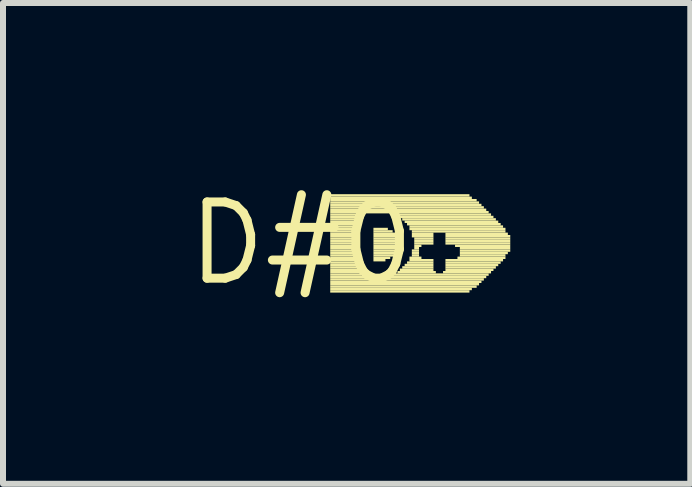
<source format=kicad_pcb>
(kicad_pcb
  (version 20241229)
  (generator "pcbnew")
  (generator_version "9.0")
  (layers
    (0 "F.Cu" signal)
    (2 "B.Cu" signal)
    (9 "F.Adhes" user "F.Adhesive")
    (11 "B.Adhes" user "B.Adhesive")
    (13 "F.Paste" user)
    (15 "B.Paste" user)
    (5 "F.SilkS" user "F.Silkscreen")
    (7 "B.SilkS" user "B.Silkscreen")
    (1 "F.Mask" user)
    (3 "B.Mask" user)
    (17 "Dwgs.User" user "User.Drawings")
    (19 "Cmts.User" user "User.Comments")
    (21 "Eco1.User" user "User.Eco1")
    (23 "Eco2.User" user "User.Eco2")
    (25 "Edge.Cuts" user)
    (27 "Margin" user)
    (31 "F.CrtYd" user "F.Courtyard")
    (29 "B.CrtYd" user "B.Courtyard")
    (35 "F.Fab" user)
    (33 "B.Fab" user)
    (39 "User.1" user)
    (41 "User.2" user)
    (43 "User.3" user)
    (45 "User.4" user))
  (footprint "D#0"
    (layer "F.Cu")
    (at 1.973 1.006)
    (property "Reference" "D#0" (at 0 0 0) (layer "F.SilkS") (effects (font (size 1.27 1.27) (thickness 0.15))))
    (fp_poly (pts (xy 0.48 -0.78) (xy 2.8 -0.78) (xy 2.8 -0.82) (xy 0.48 -0.82)) (stroke (width 0) (type solid)) (fill yes) (layer "F.SilkS"))
    (fp_poly (pts (xy 0.48 -0.74) (xy 2.84 -0.74) (xy 2.84 -0.78) (xy 0.48 -0.78)) (stroke (width 0) (type solid)) (fill yes) (layer "F.SilkS"))
    (fp_poly (pts (xy 0.48 -0.7) (xy 2.92 -0.7) (xy 2.92 -0.74) (xy 0.48 -0.74)) (stroke (width 0) (type solid)) (fill yes) (layer "F.SilkS"))
    (fp_poly (pts (xy 0.48 -0.66) (xy 2.96 -0.66) (xy 2.96 -0.7) (xy 0.48 -0.7)) (stroke (width 0) (type solid)) (fill yes) (layer "F.SilkS"))
    (fp_poly (pts (xy 0.48 -0.62) (xy 3 -0.62) (xy 3 -0.66) (xy 0.48 -0.66)) (stroke (width 0) (type solid)) (fill yes) (layer "F.SilkS"))
    (fp_poly (pts (xy 0.48 -0.58) (xy 3.04 -0.58) (xy 3.04 -0.62) (xy 0.48 -0.62)) (stroke (width 0) (type solid)) (fill yes) (layer "F.SilkS"))
    (fp_poly (pts (xy 0.48 -0.54) (xy 3.08 -0.54) (xy 3.08 -0.58) (xy 0.48 -0.58)) (stroke (width 0) (type solid)) (fill yes) (layer "F.SilkS"))
    (fp_poly (pts (xy 0.48 -0.5) (xy 3.12 -0.5) (xy 3.12 -0.54) (xy 0.48 -0.54)) (stroke (width 0) (type solid)) (fill yes) (layer "F.SilkS"))
    (fp_poly (pts (xy 0.48 -0.46) (xy 0.96 -0.46) (xy 0.96 -0.5) (xy 0.48 -0.5)) (stroke (width 0) (type solid)) (fill yes) (layer "F.SilkS"))
    (fp_poly (pts (xy 0.48 -0.42) (xy 0.96 -0.42) (xy 0.96 -0.46) (xy 0.48 -0.46)) (stroke (width 0) (type solid)) (fill yes) (layer "F.SilkS"))
    (fp_poly (pts (xy 0.48 -0.38) (xy 0.96 -0.38) (xy 0.96 -0.42) (xy 0.48 -0.42)) (stroke (width 0) (type solid)) (fill yes) (layer "F.SilkS"))
    (fp_poly (pts (xy 0.48 -0.34) (xy 0.96 -0.34) (xy 0.96 -0.38) (xy 0.48 -0.38)) (stroke (width 0) (type solid)) (fill yes) (layer "F.SilkS"))
    (fp_poly (pts (xy 0.48 -0.3) (xy 0.96 -0.3) (xy 0.96 -0.34) (xy 0.48 -0.34)) (stroke (width 0) (type solid)) (fill yes) (layer "F.SilkS"))
    (fp_poly (pts (xy 0.48 -0.26) (xy 0.96 -0.26) (xy 0.96 -0.3) (xy 0.48 -0.3)) (stroke (width 0) (type solid)) (fill yes) (layer "F.SilkS"))
    (fp_poly (pts (xy 0.48 -0.22) (xy 0.96 -0.22) (xy 0.96 -0.26) (xy 0.48 -0.26)) (stroke (width 0) (type solid)) (fill yes) (layer "F.SilkS"))
    (fp_poly (pts (xy 0.48 -0.18) (xy 0.96 -0.18) (xy 0.96 -0.22) (xy 0.48 -0.22)) (stroke (width 0) (type solid)) (fill yes) (layer "F.SilkS"))
    (fp_poly (pts (xy 0.48 -0.14) (xy 0.96 -0.14) (xy 0.96 -0.18) (xy 0.48 -0.18)) (stroke (width 0) (type solid)) (fill yes) (layer "F.SilkS"))
    (fp_poly (pts (xy 0.48 -0.1) (xy 0.96 -0.1) (xy 0.96 -0.14) (xy 0.48 -0.14)) (stroke (width 0) (type solid)) (fill yes) (layer "F.SilkS"))
    (fp_poly (pts (xy 0.48 -0.06) (xy 0.96 -0.06) (xy 0.96 -0.1) (xy 0.48 -0.1)) (stroke (width 0) (type solid)) (fill yes) (layer "F.SilkS"))
    (fp_poly (pts (xy 0.48 -0.02) (xy 0.96 -0.02) (xy 0.96 -0.06) (xy 0.48 -0.06)) (stroke (width 0) (type solid)) (fill yes) (layer "F.SilkS"))
    (fp_poly (pts (xy 0.48 0.02) (xy 0.96 0.02) (xy 0.96 -0.02) (xy 0.48 -0.02)) (stroke (width 0) (type solid)) (fill yes) (layer "F.SilkS"))
    (fp_poly (pts (xy 0.48 0.06) (xy 0.96 0.06) (xy 0.96 0.02) (xy 0.48 0.02)) (stroke (width 0) (type solid)) (fill yes) (layer "F.SilkS"))
    (fp_poly (pts (xy 0.48 0.1) (xy 0.96 0.1) (xy 0.96 0.06) (xy 0.48 0.06)) (stroke (width 0) (type solid)) (fill yes) (layer "F.SilkS"))
    (fp_poly (pts (xy 0.48 0.14) (xy 0.96 0.14) (xy 0.96 0.1) (xy 0.48 0.1)) (stroke (width 0) (type solid)) (fill yes) (layer "F.SilkS"))
    (fp_poly (pts (xy 0.48 0.18) (xy 0.96 0.18) (xy 0.96 0.14) (xy 0.48 0.14)) (stroke (width 0) (type solid)) (fill yes) (layer "F.SilkS"))
    (fp_poly (pts (xy 0.48 0.22) (xy 0.96 0.22) (xy 0.96 0.18) (xy 0.48 0.18)) (stroke (width 0) (type solid)) (fill yes) (layer "F.SilkS"))
    (fp_poly (pts (xy 0.48 0.26) (xy 0.96 0.26) (xy 0.96 0.22) (xy 0.48 0.22)) (stroke (width 0) (type solid)) (fill yes) (layer "F.SilkS"))
    (fp_poly (pts (xy 0.48 0.3) (xy 0.96 0.3) (xy 0.96 0.26) (xy 0.48 0.26)) (stroke (width 0) (type solid)) (fill yes) (layer "F.SilkS"))
    (fp_poly (pts (xy 0.48 0.34) (xy 0.96 0.34) (xy 0.96 0.3) (xy 0.48 0.3)) (stroke (width 0) (type solid)) (fill yes) (layer "F.SilkS"))
    (fp_poly (pts (xy 0.48 0.38) (xy 0.96 0.38) (xy 0.96 0.34) (xy 0.48 0.34)) (stroke (width 0) (type solid)) (fill yes) (layer "F.SilkS"))
    (fp_poly (pts (xy 0.48 0.42) (xy 0.96 0.42) (xy 0.96 0.38) (xy 0.48 0.38)) (stroke (width 0) (type solid)) (fill yes) (layer "F.SilkS"))
    (fp_poly (pts (xy 0.48 0.46) (xy 0.96 0.46) (xy 0.96 0.42) (xy 0.48 0.42)) (stroke (width 0) (type solid)) (fill yes) (layer "F.SilkS"))
    (fp_poly (pts (xy 0.48 0.5) (xy 0.96 0.5) (xy 0.96 0.46) (xy 0.48 0.46)) (stroke (width 0) (type solid)) (fill yes) (layer "F.SilkS"))
    (fp_poly (pts (xy 0.48 0.54) (xy 1 0.54) (xy 1 0.5) (xy 0.48 0.5)) (stroke (width 0) (type solid)) (fill yes) (layer "F.SilkS"))
    (fp_poly (pts (xy 0.48 0.58) (xy 3.08 0.58) (xy 3.08 0.54) (xy 0.48 0.54)) (stroke (width 0) (type solid)) (fill yes) (layer "F.SilkS"))
    (fp_poly (pts (xy 0.48 0.62) (xy 3.04 0.62) (xy 3.04 0.58) (xy 0.48 0.58)) (stroke (width 0) (type solid)) (fill yes) (layer "F.SilkS"))
    (fp_poly (pts (xy 0.48 0.66) (xy 3 0.66) (xy 3 0.62) (xy 0.48 0.62)) (stroke (width 0) (type solid)) (fill yes) (layer "F.SilkS"))
    (fp_poly (pts (xy 0.48 0.7) (xy 2.96 0.7) (xy 2.96 0.66) (xy 0.48 0.66)) (stroke (width 0) (type solid)) (fill yes) (layer "F.SilkS"))
    (fp_poly (pts (xy 0.48 0.74) (xy 2.92 0.74) (xy 2.92 0.7) (xy 0.48 0.7)) (stroke (width 0) (type solid)) (fill yes) (layer "F.SilkS"))
    (fp_poly (pts (xy 0.48 0.78) (xy 2.84 0.78) (xy 2.84 0.74) (xy 0.48 0.74)) (stroke (width 0) (type solid)) (fill yes) (layer "F.SilkS"))
    (fp_poly (pts (xy 0.48 0.82) (xy 2.8 0.82) (xy 2.8 0.78) (xy 0.48 0.78)) (stroke (width 0) (type solid)) (fill yes) (layer "F.SilkS"))
    (fp_poly (pts (xy 1.2 -0.22) (xy 1.44 -0.22) (xy 1.44 -0.26) (xy 1.2 -0.26)) (stroke (width 0) (type solid)) (fill yes) (layer "F.SilkS"))
    (fp_poly (pts (xy 1.2 -0.18) (xy 1.52 -0.18) (xy 1.52 -0.22) (xy 1.2 -0.22)) (stroke (width 0) (type solid)) (fill yes) (layer "F.SilkS"))
    (fp_poly (pts (xy 1.2 -0.14) (xy 1.56 -0.14) (xy 1.56 -0.18) (xy 1.2 -0.18)) (stroke (width 0) (type solid)) (fill yes) (layer "F.SilkS"))
    (fp_poly (pts (xy 1.2 -0.1) (xy 1.6 -0.1) (xy 1.6 -0.14) (xy 1.2 -0.14)) (stroke (width 0) (type solid)) (fill yes) (layer "F.SilkS"))
    (fp_poly (pts (xy 1.2 -0.06) (xy 1.6 -0.06) (xy 1.6 -0.1) (xy 1.2 -0.1)) (stroke (width 0) (type solid)) (fill yes) (layer "F.SilkS"))
    (fp_poly (pts (xy 1.2 -0.02) (xy 1.6 -0.02) (xy 1.6 -0.06) (xy 1.2 -0.06)) (stroke (width 0) (type solid)) (fill yes) (layer "F.SilkS"))
    (fp_poly (pts (xy 1.2 0.02) (xy 1.6 0.02) (xy 1.6 -0.02) (xy 1.2 -0.02)) (stroke (width 0) (type solid)) (fill yes) (layer "F.SilkS"))
    (fp_poly (pts (xy 1.2 0.06) (xy 1.6 0.06) (xy 1.6 0.02) (xy 1.2 0.02)) (stroke (width 0) (type solid)) (fill yes) (layer "F.SilkS"))
    (fp_poly (pts (xy 1.2 0.1) (xy 1.6 0.1) (xy 1.6 0.06) (xy 1.2 0.06)) (stroke (width 0) (type solid)) (fill yes) (layer "F.SilkS"))
    (fp_poly (pts (xy 1.2 0.14) (xy 1.6 0.14) (xy 1.6 0.1) (xy 1.2 0.1)) (stroke (width 0) (type solid)) (fill yes) (layer "F.SilkS"))
    (fp_poly (pts (xy 1.2 0.18) (xy 1.56 0.18) (xy 1.56 0.14) (xy 1.2 0.14)) (stroke (width 0) (type solid)) (fill yes) (layer "F.SilkS"))
    (fp_poly (pts (xy 1.2 0.22) (xy 1.56 0.22) (xy 1.56 0.18) (xy 1.2 0.18)) (stroke (width 0) (type solid)) (fill yes) (layer "F.SilkS"))
    (fp_poly (pts (xy 1.2 0.26) (xy 1.48 0.26) (xy 1.48 0.22) (xy 1.2 0.22)) (stroke (width 0) (type solid)) (fill yes) (layer "F.SilkS"))
    (fp_poly (pts (xy 1.2 0.3) (xy 1.4 0.3) (xy 1.4 0.26) (xy 1.2 0.26)) (stroke (width 0) (type solid)) (fill yes) (layer "F.SilkS"))
    (fp_poly (pts (xy 1.48 0.54) (xy 3.12 0.54) (xy 3.12 0.5) (xy 1.48 0.5)) (stroke (width 0) (type solid)) (fill yes) (layer "F.SilkS"))
    (fp_poly (pts (xy 1.52 -0.46) (xy 3.16 -0.46) (xy 3.16 -0.5) (xy 1.52 -0.5)) (stroke (width 0) (type solid)) (fill yes) (layer "F.SilkS"))
    (fp_poly (pts (xy 1.6 -0.42) (xy 3.2 -0.42) (xy 3.2 -0.46) (xy 1.6 -0.46)) (stroke (width 0) (type solid)) (fill yes) (layer "F.SilkS"))
    (fp_poly (pts (xy 1.6 0.5) (xy 2.24 0.5) (xy 2.24 0.46) (xy 1.6 0.46)) (stroke (width 0) (type solid)) (fill yes) (layer "F.SilkS"))
    (fp_poly (pts (xy 1.64 0.46) (xy 2.2 0.46) (xy 2.2 0.42) (xy 1.64 0.42)) (stroke (width 0) (type solid)) (fill yes) (layer "F.SilkS"))
    (fp_poly (pts (xy 1.68 -0.38) (xy 3.24 -0.38) (xy 3.24 -0.42) (xy 1.68 -0.42)) (stroke (width 0) (type solid)) (fill yes) (layer "F.SilkS"))
    (fp_poly (pts (xy 1.68 0.42) (xy 2.2 0.42) (xy 2.2 0.38) (xy 1.68 0.38)) (stroke (width 0) (type solid)) (fill yes) (layer "F.SilkS"))
    (fp_poly (pts (xy 1.72 -0.34) (xy 3.28 -0.34) (xy 3.28 -0.38) (xy 1.72 -0.38)) (stroke (width 0) (type solid)) (fill yes) (layer "F.SilkS"))
    (fp_poly (pts (xy 1.72 0.38) (xy 2.2 0.38) (xy 2.2 0.34) (xy 1.72 0.34)) (stroke (width 0) (type solid)) (fill yes) (layer "F.SilkS"))
    (fp_poly (pts (xy 1.76 -0.3) (xy 3.32 -0.3) (xy 3.32 -0.34) (xy 1.76 -0.34)) (stroke (width 0) (type solid)) (fill yes) (layer "F.SilkS"))
    (fp_poly (pts (xy 1.76 0.34) (xy 2.2 0.34) (xy 2.2 0.3) (xy 1.76 0.3)) (stroke (width 0) (type solid)) (fill yes) (layer "F.SilkS"))
    (fp_poly (pts (xy 1.8 -0.26) (xy 3.36 -0.26) (xy 3.36 -0.3) (xy 1.8 -0.3)) (stroke (width 0) (type solid)) (fill yes) (layer "F.SilkS"))
    (fp_poly (pts (xy 1.8 -0.22) (xy 3.4 -0.22) (xy 3.4 -0.26) (xy 1.8 -0.26)) (stroke (width 0) (type solid)) (fill yes) (layer "F.SilkS"))
    (fp_poly (pts (xy 1.8 0.26) (xy 2 0.26) (xy 2 0.22) (xy 1.8 0.22)) (stroke (width 0) (type solid)) (fill yes) (layer "F.SilkS"))
    (fp_poly (pts (xy 1.8 0.3) (xy 2.2 0.3) (xy 2.2 0.26) (xy 1.8 0.26)) (stroke (width 0) (type solid)) (fill yes) (layer "F.SilkS"))
    (fp_poly (pts (xy 1.84 -0.18) (xy 3.4 -0.18) (xy 3.4 -0.22) (xy 1.84 -0.22)) (stroke (width 0) (type solid)) (fill yes) (layer "F.SilkS"))
    (fp_poly (pts (xy 1.84 -0.14) (xy 2.2 -0.14) (xy 2.2 -0.18) (xy 1.84 -0.18)) (stroke (width 0) (type solid)) (fill yes) (layer "F.SilkS"))
    (fp_poly (pts (xy 1.84 -0.1) (xy 2.2 -0.1) (xy 2.2 -0.14) (xy 1.84 -0.14)) (stroke (width 0) (type solid)) (fill yes) (layer "F.SilkS"))
    (fp_poly (pts (xy 1.84 0.14) (xy 1.96 0.14) (xy 1.96 0.1) (xy 1.84 0.1)) (stroke (width 0) (type solid)) (fill yes) (layer "F.SilkS"))
    (fp_poly (pts (xy 1.84 0.18) (xy 1.96 0.18) (xy 1.96 0.14) (xy 1.84 0.14)) (stroke (width 0) (type solid)) (fill yes) (layer "F.SilkS"))
    (fp_poly (pts (xy 1.84 0.22) (xy 1.96 0.22) (xy 1.96 0.18) (xy 1.84 0.18)) (stroke (width 0) (type solid)) (fill yes) (layer "F.SilkS"))
    (fp_poly (pts (xy 1.88 -0.06) (xy 2.2 -0.06) (xy 2.2 -0.1) (xy 1.88 -0.1)) (stroke (width 0) (type solid)) (fill yes) (layer "F.SilkS"))
    (fp_poly (pts (xy 1.88 -0.02) (xy 2.2 -0.02) (xy 2.2 -0.06) (xy 1.88 -0.06)) (stroke (width 0) (type solid)) (fill yes) (layer "F.SilkS"))
    (fp_poly (pts (xy 1.88 0.02) (xy 2.2 0.02) (xy 2.2 -0.02) (xy 1.88 -0.02)) (stroke (width 0) (type solid)) (fill yes) (layer "F.SilkS"))
    (fp_poly (pts (xy 1.88 0.06) (xy 2 0.06) (xy 2 0.02) (xy 1.88 0.02)) (stroke (width 0) (type solid)) (fill yes) (layer "F.SilkS"))
    (fp_poly (pts (xy 1.88 0.1) (xy 1.96 0.1) (xy 1.96 0.06) (xy 1.88 0.06)) (stroke (width 0) (type solid)) (fill yes) (layer "F.SilkS"))
    (fp_poly (pts (xy 2.36 0.5) (xy 3.16 0.5) (xy 3.16 0.46) (xy 2.36 0.46)) (stroke (width 0) (type solid)) (fill yes) (layer "F.SilkS"))
    (fp_poly (pts (xy 2.4 -0.14) (xy 3.44 -0.14) (xy 3.44 -0.18) (xy 2.4 -0.18)) (stroke (width 0) (type solid)) (fill yes) (layer "F.SilkS"))
    (fp_poly (pts (xy 2.4 -0.1) (xy 3.48 -0.1) (xy 3.48 -0.14) (xy 2.4 -0.14)) (stroke (width 0) (type solid)) (fill yes) (layer "F.SilkS"))
    (fp_poly (pts (xy 2.4 -0.06) (xy 3.48 -0.06) (xy 3.48 -0.1) (xy 2.4 -0.1)) (stroke (width 0) (type solid)) (fill yes) (layer "F.SilkS"))
    (fp_poly (pts (xy 2.4 -0.02) (xy 3.48 -0.02) (xy 3.48 -0.06) (xy 2.4 -0.06)) (stroke (width 0) (type solid)) (fill yes) (layer "F.SilkS"))
    (fp_poly (pts (xy 2.4 0.02) (xy 3.48 0.02) (xy 3.48 -0.02) (xy 2.4 -0.02)) (stroke (width 0) (type solid)) (fill yes) (layer "F.SilkS"))
    (fp_poly (pts (xy 2.4 0.3) (xy 3.36 0.3) (xy 3.36 0.26) (xy 2.4 0.26)) (stroke (width 0) (type solid)) (fill yes) (layer "F.SilkS"))
    (fp_poly (pts (xy 2.4 0.34) (xy 3.32 0.34) (xy 3.32 0.3) (xy 2.4 0.3)) (stroke (width 0) (type solid)) (fill yes) (layer "F.SilkS"))
    (fp_poly (pts (xy 2.4 0.38) (xy 3.28 0.38) (xy 3.28 0.34) (xy 2.4 0.34)) (stroke (width 0) (type solid)) (fill yes) (layer "F.SilkS"))
    (fp_poly (pts (xy 2.4 0.42) (xy 3.24 0.42) (xy 3.24 0.38) (xy 2.4 0.38)) (stroke (width 0) (type solid)) (fill yes) (layer "F.SilkS"))
    (fp_poly (pts (xy 2.4 0.46) (xy 3.2 0.46) (xy 3.2 0.42) (xy 2.4 0.42)) (stroke (width 0) (type solid)) (fill yes) (layer "F.SilkS"))
    (fp_poly (pts (xy 2.56 0.06) (xy 3.48 0.06) (xy 3.48 0.02) (xy 2.56 0.02)) (stroke (width 0) (type solid)) (fill yes) (layer "F.SilkS"))
    (fp_poly (pts (xy 2.6 0.26) (xy 3.4 0.26) (xy 3.4 0.22) (xy 2.6 0.22)) (stroke (width 0) (type solid)) (fill yes) (layer "F.SilkS"))
    (fp_poly (pts (xy 2.64 0.1) (xy 3.48 0.1) (xy 3.48 0.06) (xy 2.64 0.06)) (stroke (width 0) (type solid)) (fill yes) (layer "F.SilkS"))
    (fp_poly (pts (xy 2.64 0.14) (xy 3.48 0.14) (xy 3.48 0.1) (xy 2.64 0.1)) (stroke (width 0) (type solid)) (fill yes) (layer "F.SilkS"))
    (fp_poly (pts (xy 2.64 0.18) (xy 3.44 0.18) (xy 3.44 0.14) (xy 2.64 0.14)) (stroke (width 0) (type solid)) (fill yes) (layer "F.SilkS"))
    (fp_poly (pts (xy 2.64 0.22) (xy 3.4 0.22) (xy 3.4 0.18) (xy 2.64 0.18)) (stroke (width 0) (type solid)) (fill yes) (layer "F.SilkS")))
  (gr_rect
    (start -3 -3)
    (end 8.453 5.012)
    (stroke (width 0.1) (type default))
    (fill no)
    (layer "Edge.Cuts")))
</source>
